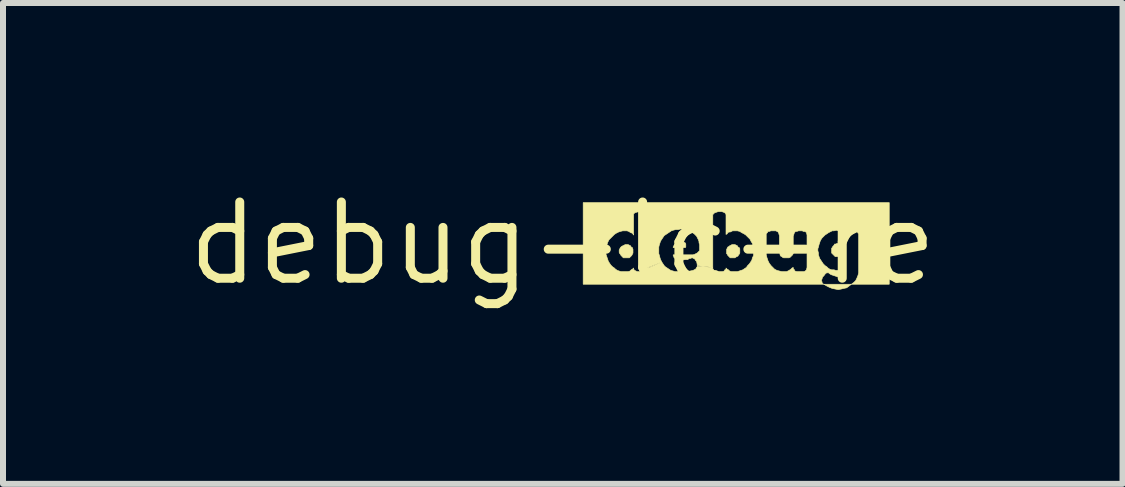
<source format=kicad_pcb>
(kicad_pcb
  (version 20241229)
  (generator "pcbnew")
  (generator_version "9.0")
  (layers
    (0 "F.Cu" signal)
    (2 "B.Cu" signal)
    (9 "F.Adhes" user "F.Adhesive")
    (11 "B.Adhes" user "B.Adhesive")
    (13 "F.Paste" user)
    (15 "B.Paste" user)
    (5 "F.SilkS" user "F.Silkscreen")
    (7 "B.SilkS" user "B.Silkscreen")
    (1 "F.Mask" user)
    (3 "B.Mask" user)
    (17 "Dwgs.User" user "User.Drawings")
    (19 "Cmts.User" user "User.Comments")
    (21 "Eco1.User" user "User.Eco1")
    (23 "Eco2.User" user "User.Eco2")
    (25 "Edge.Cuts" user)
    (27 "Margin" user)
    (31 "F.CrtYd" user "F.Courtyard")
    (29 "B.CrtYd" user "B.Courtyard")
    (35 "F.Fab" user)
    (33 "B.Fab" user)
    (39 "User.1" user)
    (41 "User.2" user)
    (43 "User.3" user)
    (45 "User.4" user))
  (footprint "debug-lc-re"
    (layer "F.Cu")
    (at 6.327 1.006)
    (property "Reference" "debug-lc-re" (at 0 0 0) (layer "F.SilkS") (effects (font (size 1.27 1.27) (thickness 0.15))))
    (attr board_only exclude_from_pos_files exclude_from_bom)
    (fp_poly (pts (xy 2 0.07) (xy 2.02 0.07) (xy 2.03 0.07) (xy 2.04 0.07) (xy 2.05 0.06) (xy 2.05 0.05) (xy 2.05 0.04) (xy 2.05 0.02) (xy 2.05 0.01) (xy 2.04 -0.01) (xy 2.02 -0.02) (xy 1.99 -0.03) (xy 1.96 -0.03) (xy 1.94 -0.03) (xy 1.92 -0.02) (xy 1.9 -0.01) (xy 1.88 0) (xy 1.86 0.02) (xy 1.85 0.04) (xy 1.84 0.06) (xy 1.84 0.07) (xy 2 0.07)) (stroke (width 0.01) (type solid)) (fill yes) (layer "F.SilkS"))
    (fp_poly (pts (xy 1.01 0.24) (xy 1.07 0.24) (xy 1.09 0.24) (xy 1.11 0.24) (xy 1.12 0.23) (xy 1.14 0.21) (xy 1.15 0.2) (xy 1.16 0.18) (xy 1.17 0.16) (xy 1.17 0.14) (xy 1.17 0.12) (xy 1.17 0.1) (xy 1.16 0.07) (xy 1.14 0.06) (xy 1.13 0.04) (xy 1.11 0.03) (xy 1.09 0.02) (xy 1.07 0.02) (xy 1.04 0.02) (xy 1.02 0.03) (xy 1 0.04) (xy 0.98 0.05) (xy 0.96 0.07) (xy 0.95 0.09) (xy 0.94 0.11) (xy 0.94 0.13) (xy 0.94 0.15) (xy 0.95 0.17) (xy 0.96 0.18) (xy 0.97 0.2) (xy 1.01 0.24)) (stroke (width 0.01) (type solid)) (fill yes) (layer "F.SilkS"))
    (fp_poly (pts (xy 2.79 0.24) (xy 2.85 0.24) (xy 2.87 0.24) (xy 2.88 0.23) (xy 2.9 0.22) (xy 2.92 0.21) (xy 2.93 0.19) (xy 2.94 0.18) (xy 2.95 0.16) (xy 2.95 0.14) (xy 2.95 0.11) (xy 2.95 0.09) (xy 2.94 0.07) (xy 2.92 0.06) (xy 2.91 0.04) (xy 2.89 0.03) (xy 2.87 0.02) (xy 2.85 0.02) (xy 2.82 0.02) (xy 2.8 0.03) (xy 2.78 0.04) (xy 2.77 0.05) (xy 2.75 0.06) (xy 2.74 0.08) (xy 2.73 0.1) (xy 2.73 0.12) (xy 2.73 0.15) (xy 2.73 0.17) (xy 2.74 0.18) (xy 2.75 0.2) (xy 2.79 0.24)) (stroke (width 0.01) (type solid)) (fill yes) (layer "F.SilkS"))
    (fp_poly (pts (xy 4.48 0.16) (xy 4.52 0.2) (xy 4.53 0.21) (xy 4.54 0.22) (xy 4.56 0.22) (xy 4.58 0.22) (xy 4.6 0.22) (xy 4.62 0.22) (xy 4.64 0.21) (xy 4.66 0.19) (xy 4.68 0.18) (xy 4.69 0.16) (xy 4.7 0.14) (xy 4.7 0.12) (xy 4.7 0.1) (xy 4.69 0.08) (xy 4.68 0.06) (xy 4.67 0.04) (xy 4.65 0.02) (xy 4.64 0.01) (xy 4.62 0) (xy 4.6 0) (xy 4.57 0) (xy 4.55 0.01) (xy 4.53 0.01) (xy 4.52 0.03) (xy 4.5 0.05) (xy 4.49 0.07) (xy 4.48 0.08) (xy 4.48 0.1) (xy 4.48 0.16)) (stroke (width 0.01) (type solid)) (fill yes) (layer "F.SilkS"))
    (fp_poly (pts (xy 0.68 -0.68) (xy 0.34 -0.68) (xy 0.34 0.68) (xy 5.44 0.68) (xy 5.44 -0.68) (xy 0.68 -0.68) (xy 1.18 -0.49) (xy 1.2 -0.51) (xy 1.23 -0.52) (xy 1.27 -0.53) (xy 1.31 -0.53) (xy 1.35 -0.52) (xy 1.37 -0.52) (xy 1.38 -0.51) (xy 1.39 -0.49) (xy 1.4 -0.47) (xy 1.4 -0.46) (xy 1.4 0.41) (xy 1.65 0.31) (xy 1.63 0.27) (xy 1.62 0.24) (xy 1.61 0.2) (xy 1.6 0.17) (xy 1.6 0.13) (xy 1.6 0.09) (xy 1.6 0.06) (xy 1.61 0.02) (xy 1.62 -0.01) (xy 1.63 -0.04) (xy 1.65 -0.07) (xy 1.67 -0.1) (xy 1.69 -0.13) (xy 1.72 -0.15) (xy 1.75 -0.17) (xy 1.78 -0.19) (xy 1.81 -0.21) (xy 1.84 -0.22) (xy 1.88 -0.23) (xy 1.92 -0.23) (xy 1.96 -0.24) (xy 2 -0.24) (xy 2.03 -0.23) (xy 2.07 -0.23) (xy 2.1 -0.22) (xy 2.13 -0.2) (xy 2.16 -0.18) (xy 2.19 -0.16) (xy 2.21 -0.14) (xy 2.23 -0.12) (xy 2.24 -0.1) (xy 2.26 -0.06) (xy 2.27 -0.03) (xy 2.27 -0.01) (xy 2.28 0.02) (xy 2.28 0.12) (xy 2.24 0.16) (xy 2.22 0.17) (xy 2.2 0.18) (xy 2.17 0.19) (xy 2.15 0.19) (xy 1.84 0.19) (xy 1.84 0.2) (xy 1.85 0.22) (xy 1.85 0.23) (xy 1.86 0.24) (xy 1.87 0.25) (xy 1.89 0.26) (xy 1.93 0.27) (xy 1.95 0.28) (xy 1.97 0.28) (xy 2.04 0.27) (xy 2.08 0.27) (xy 2.11 0.25) (xy 2.13 0.25) (xy 2.15 0.24) (xy 2.16 0.24) (xy 2.18 0.25) (xy 2.2 0.26) (xy 2.21 0.28) (xy 2.23 0.3) (xy 2.24 0.35) (xy 2.24 0.36) (xy 2.24 0.37) (xy 2.5 0.4) (xy 2.5 -0.46) (xy 2.5 -0.48) (xy 2.52 -0.5) (xy 2.53 -0.51) (xy 2.56 -0.52) (xy 2.59 -0.53) (xy 2.62 -0.53) (xy 2.65 -0.53) (xy 2.68 -0.52) (xy 2.7 -0.51) (xy 2.71 -0.5) (xy 2.72 -0.48) (xy 2.72 -0.46) (xy 2.72 -0.15) (xy 2.74 -0.16) (xy 2.75 -0.18) (xy 2.77 -0.19) (xy 2.79 -0.19) (xy 2.83 -0.21) (xy 2.87 -0.21) (xy 2.91 -0.21) (xy 2.95 -0.2) (xy 2.98 -0.18) (xy 3.02 -0.16) (xy 3.05 -0.14) (xy 3.09 -0.1) (xy 3.12 -0.07) (xy 3.14 -0.03) (xy 3.16 0) (xy 3.17 0.04) (xy 3.18 0.08) (xy 3.18 0.12) (xy 3.18 0.16) (xy 3.39 0.16) (xy 3.39 -0.14) (xy 3.39 -0.15) (xy 3.39 -0.16) (xy 3.41 -0.18) (xy 3.42 -0.2) (xy 3.44 -0.2) (xy 3.47 -0.21) (xy 3.51 -0.21) (xy 3.55 -0.21) (xy 3.57 -0.2) (xy 3.59 -0.19) (xy 3.59 -0.18) (xy 3.6 -0.17) (xy 3.6 -0.16) (xy 3.61 -0.13) (xy 3.61 0.13) (xy 3.61 0.15) (xy 3.62 0.17) (xy 3.62 0.19) (xy 3.63 0.21) (xy 3.65 0.22) (xy 3.66 0.23) (xy 3.68 0.24) (xy 3.69 0.24) (xy 3.71 0.24) (xy 3.73 0.24) (xy 3.75 0.24) (xy 3.77 0.24) (xy 3.79 0.23) (xy 3.8 0.22) (xy 3.81 0.21) (xy 3.82 0.2) (xy 3.83 0.19) (xy 3.84 0.17) (xy 3.84 0.15) (xy 3.84 0.13) (xy 3.84 -0.12) (xy 3.85 -0.15) (xy 3.86 -0.18) (xy 3.87 -0.19) (xy 3.88 -0.2) (xy 3.9 -0.2) (xy 3.93 -0.21) (xy 3.96 -0.21) (xy 3.99 -0.21) (xy 4.01 -0.2) (xy 4.03 -0.2) (xy 4.05 -0.19) (xy 4.06 -0.18) (xy 4.07 -0.14) (xy 4.07 -0.11) (xy 4.28 -0.01) (xy 4.29 -0.04) (xy 4.3 -0.06) (xy 4.32 -0.09) (xy 4.35 -0.12) (xy 4.37 -0.14) (xy 4.4 -0.16) (xy 4.43 -0.18) (xy 4.45 -0.19) (xy 4.49 -0.21) (xy 4.52 -0.21) (xy 4.56 -0.22) (xy 4.59 -0.21) (xy 4.63 -0.2) (xy 4.66 -0.19) (xy 4.68 -0.17) (xy 4.71 -0.15) (xy 4.72 -0.18) (xy 4.73 -0.2) (xy 4.75 -0.21) (xy 4.77 -0.22) (xy 4.79 -0.22) (xy 4.82 -0.22) (xy 4.84 -0.22) (xy 4.86 -0.22) (xy 4.88 -0.21) (xy 4.89 -0.21) (xy 4.9 -0.2) (xy 4.91 -0.19) (xy 4.92 -0.17) (xy 4.93 -0.16) (xy 4.93 -0.14) (xy 4.93 -0.12) (xy 4.93 0.43) (xy 4.93 0.49) (xy 4.92 0.53) (xy 4.9 0.58) (xy 4.88 0.62) (xy 4.85 0.65) (xy 4.81 0.68) (xy 4.77 0.71) (xy 4.73 0.74) (xy 4.68 0.75) (xy 4.64 0.76) (xy 4.59 0.77) (xy 4.54 0.76) (xy 4.49 0.75) (xy 4.44 0.73) (xy 4.4 0.71) (xy 4.35 0.68) (xy 4.33 0.67) (xy 4.32 0.65) (xy 4.32 0.64) (xy 4.31 0.62) (xy 4.32 0.59) (xy 4.33 0.56) (xy 4.35 0.54) (xy 4.38 0.5) (xy 4.4 0.49) (xy 4.42 0.49) (xy 4.43 0.49) (xy 4.44 0.5) (xy 4.47 0.52) (xy 4.5 0.53) (xy 4.53 0.54) (xy 4.56 0.55) (xy 4.59 0.56) (xy 4.61 0.55) (xy 4.63 0.55) (xy 4.65 0.54) (xy 4.67 0.53) (xy 4.68 0.51) (xy 4.69 0.49) (xy 4.7 0.47) (xy 4.7 0.45) (xy 4.71 0.44) (xy 4.71 0.38) (xy 4.69 0.4) (xy 4.67 0.42) (xy 4.64 0.43) (xy 4.62 0.44) (xy 4.58 0.45) (xy 4.55 0.45) (xy 4.52 0.44) (xy 4.48 0.44) (xy 4.45 0.43) (xy 4.42 0.41) (xy 4.4 0.39) (xy 4.37 0.37) (xy 4.34 0.34) (xy 4.32 0.31) (xy 4.3 0.28) (xy 4.28 0.25) (xy 4.27 0.22) (xy 4.26 0.19) (xy 4.26 0.16) (xy 4.25 0.12) (xy 4.25 0.09) (xy 4.26 0.06) (xy 4.27 0.02) (xy 4.28 -0.01) (xy 4.07 -0.11) (xy 4.07 0.37) (xy 4.07 0.4) (xy 4.06 0.44) (xy 4.05 0.45) (xy 4.04 0.46) (xy 4.02 0.47) (xy 4 0.47) (xy 3.98 0.47) (xy 3.95 0.47) (xy 3.92 0.47) (xy 3.9 0.47) (xy 3.87 0.46) (xy 3.86 0.45) (xy 3.86 0.44) (xy 3.85 0.43) (xy 3.84 0.42) (xy 3.84 0.39) (xy 3.84 0.4) (xy 3.82 0.41) (xy 3.8 0.43) (xy 3.77 0.45) (xy 3.75 0.46) (xy 3.73 0.47) (xy 3.71 0.47) (xy 3.69 0.47) (xy 3.65 0.47) (xy 3.61 0.46) (xy 3.57 0.45) (xy 3.53 0.43) (xy 3.5 0.4) (xy 3.47 0.37) (xy 3.44 0.33) (xy 3.42 0.29) (xy 3.41 0.26) (xy 3.4 0.23) (xy 3.39 0.19) (xy 3.39 0.16) (xy 3.18 0.16) (xy 3.18 0.2) (xy 3.16 0.24) (xy 3.15 0.28) (xy 3.13 0.31) (xy 3.11 0.34) (xy 3.08 0.37) (xy 3.06 0.4) (xy 3.03 0.42) (xy 3 0.44) (xy 2.97 0.45) (xy 2.94 0.46) (xy 2.91 0.47) (xy 2.88 0.47) (xy 2.84 0.47) (xy 2.81 0.47) (xy 2.78 0.46) (xy 2.76 0.44) (xy 2.74 0.43) (xy 2.72 0.41) (xy 2.72 0.43) (xy 2.7 0.44) (xy 2.69 0.46) (xy 2.66 0.47) (xy 2.63 0.47) (xy 2.59 0.47) (xy 2.56 0.47) (xy 2.53 0.46) (xy 2.52 0.45) (xy 2.5 0.42) (xy 2.5 0.4) (xy 2.24 0.38) (xy 2.24 0.39) (xy 2.23 0.4) (xy 2.22 0.42) (xy 2.21 0.43) (xy 2.19 0.44) (xy 2.17 0.45) (xy 2.12 0.46) (xy 2.06 0.47) (xy 1.99 0.47) (xy 1.95 0.47) (xy 1.91 0.47) (xy 1.87 0.47) (xy 1.84 0.46) (xy 1.8 0.45) (xy 1.77 0.43) (xy 1.74 0.41) (xy 1.71 0.39) (xy 1.69 0.37) (xy 1.67 0.34) (xy 1.65 0.31) (xy 1.4 0.42) (xy 1.39 0.44) (xy 1.38 0.45) (xy 1.35 0.47) (xy 1.32 0.47) (xy 1.29 0.47) (xy 1.26 0.47) (xy 1.24 0.47) (xy 1.22 0.46) (xy 1.2 0.45) (xy 1.19 0.44) (xy 1.18 0.43) (xy 1.18 0.41) (xy 1.16 0.43) (xy 1.14 0.44) (xy 1.12 0.46) (xy 1.09 0.47) (xy 1.06 0.47) (xy 1.03 0.47) (xy 1 0.47) (xy 0.97 0.47) (xy 0.94 0.46) (xy 0.91 0.45) (xy 0.88 0.43) (xy 0.86 0.41) (xy 0.83 0.39) (xy 0.8 0.36) (xy 0.78 0.33) (xy 0.76 0.3) (xy 0.75 0.27) (xy 0.74 0.24) (xy 0.73 0.21) (xy 0.72 0.18) (xy 0.72 0.15) (xy 0.72 0.11) (xy 0.72 0.08) (xy 0.73 0.05) (xy 0.74 0.01) (xy 0.75 -0.02) (xy 0.77 -0.06) (xy 0.8 -0.09) (xy 0.83 -0.12) (xy 0.86 -0.15) (xy 0.89 -0.17) (xy 0.93 -0.19) (xy 0.96 -0.2) (xy 1 -0.21) (xy 1.03 -0.21) (xy 1.07 -0.21) (xy 1.1 -0.2) (xy 1.13 -0.18) (xy 1.16 -0.17) (xy 1.18 -0.14) (xy 1.18 -0.47) (xy 1.18 -0.49) (xy 0.68 -0.68)) (stroke (width 0.01) (type solid)) (fill yes) (layer "F.SilkS")))
  (gr_rect
    (start -3 -3)
    (end 15.654 5.012)
    (stroke (width 0.1) (type default))
    (fill no)
    (layer "Edge.Cuts")))
</source>
